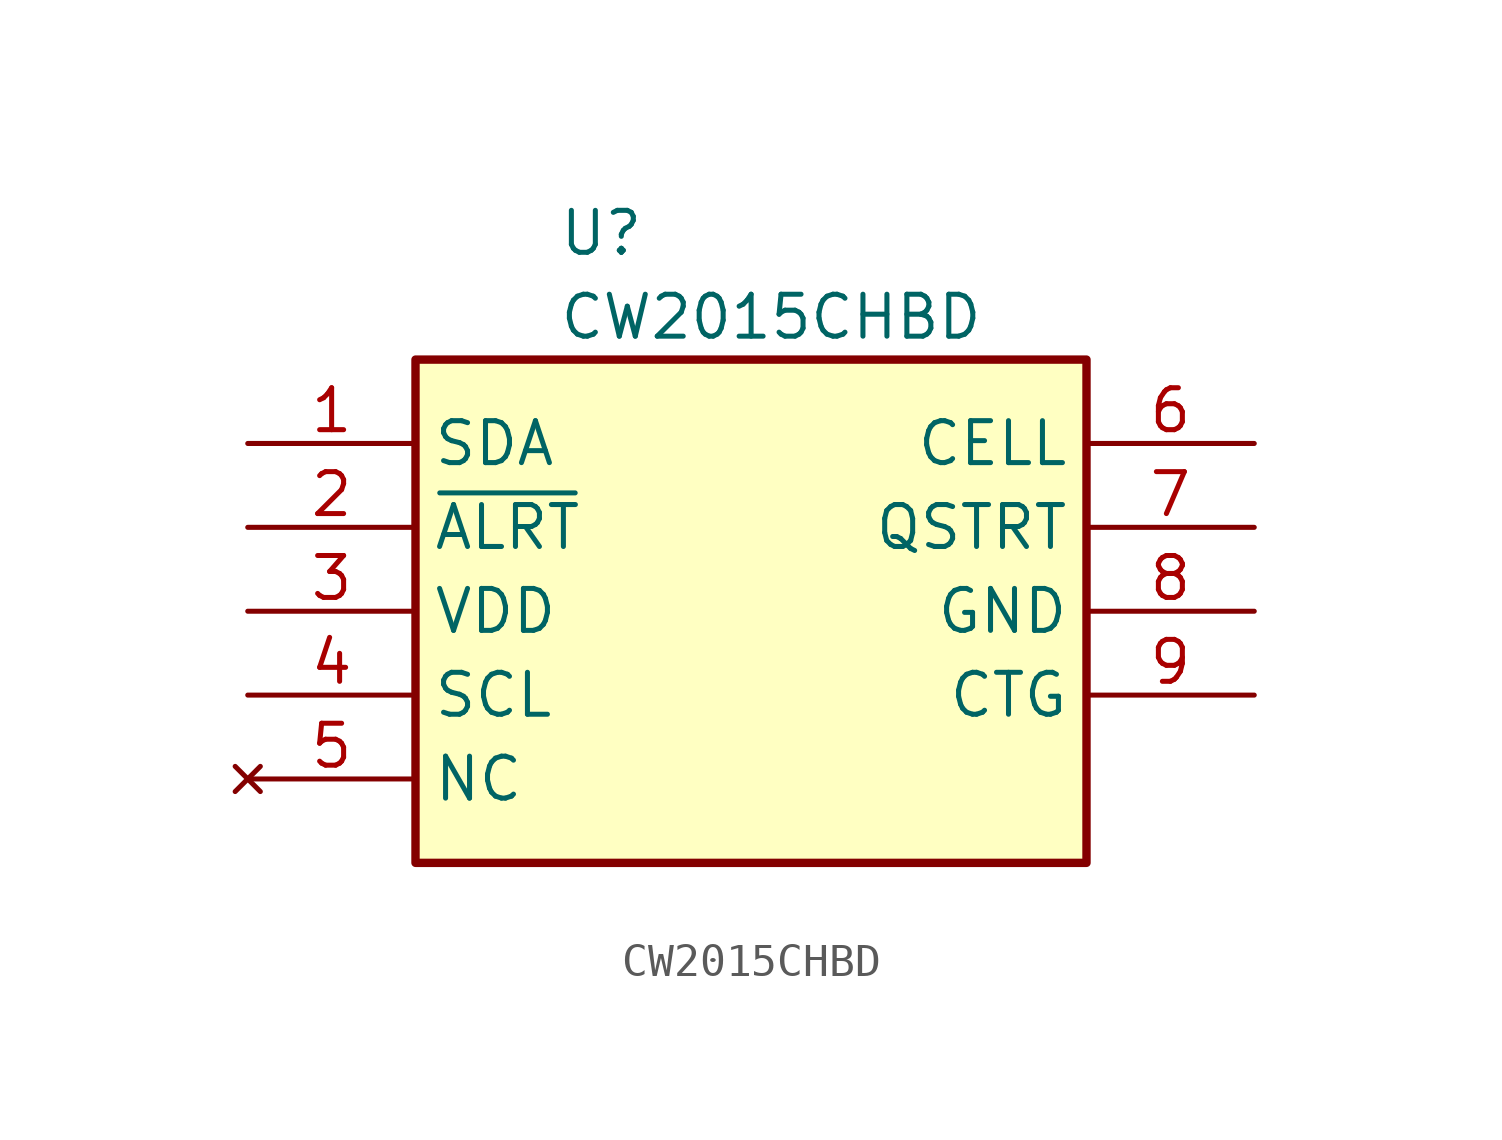
<source format=kicad_sym>
(kicad_symbol_lib
  (version 20231120)
  (generator "kicad_symbol_editor")
  (generator_version "8.0")
  (symbol "CW2015CHBD"
    (property "Reference" "U"
      (at 9.398 7.112 0)
      (effects (font (size 1.27 1.27)) (justify left top)))
    (property "Value" "CW2015CHBD"
      (at 9.398 4.572 0)
      (effects (font (size 1.27 1.27)) (justify left top)))
    (symbol "CW2015CHBD_1_1"
      (rectangle (start 5.08 2.54) (end 25.4 -12.7) (stroke (width 0.254) (type default)) (fill (type background)))
      (pin passive line (at 0 0 0) (length 5.08) (name "SDA" (effects (font (size 1.27 1.27)))) (number "1" (effects (font (size 1.27 1.27)))))
      (pin passive line (at 0 -2.54 0) (length 5.08) (name "~{ALRT}" (effects (font (size 1.27 1.27)))) (number "2" (effects (font (size 1.27 1.27)))))
      (pin passive line (at 0 -5.08 0) (length 5.08) (name "VDD" (effects (font (size 1.27 1.27)))) (number "3" (effects (font (size 1.27 1.27)))))
      (pin passive line (at 0 -7.62 0) (length 5.08) (name "SCL" (effects (font (size 1.27 1.27)))) (number "4" (effects (font (size 1.27 1.27)))))
      (pin no_connect line (at 0 -10.16 0) (length 5.08) (name "NC" (effects (font (size 1.27 1.27)))) (number "5" (effects (font (size 1.27 1.27)))))
      (pin passive line (at 30.48 0 180) (length 5.08) (name "CELL" (effects (font (size 1.27 1.27)))) (number "6" (effects (font (size 1.27 1.27)))))
      (pin passive line (at 30.48 -2.54 180) (length 5.08) (name "QSTRT" (effects (font (size 1.27 1.27)))) (number "7" (effects (font (size 1.27 1.27)))))
      (pin passive line (at 30.48 -5.08 180) (length 5.08) (name "GND" (effects (font (size 1.27 1.27)))) (number "8" (effects (font (size 1.27 1.27)))))
      (pin passive line (at 30.48 -7.62 180) (length 5.08) (name "CTG" (effects (font (size 1.27 1.27)))) (number "9" (effects (font (size 1.27 1.27))))))))
</source>
